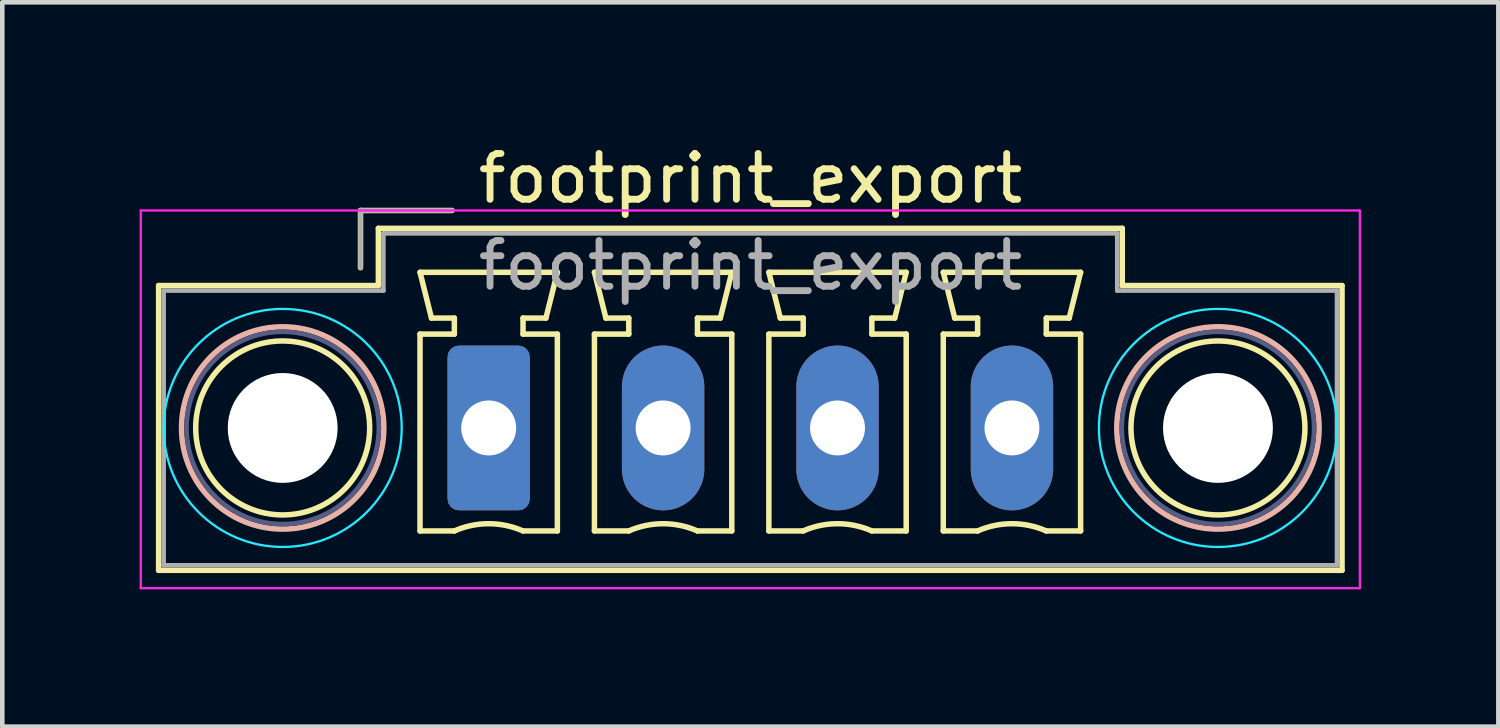
<source format=kicad_pcb>
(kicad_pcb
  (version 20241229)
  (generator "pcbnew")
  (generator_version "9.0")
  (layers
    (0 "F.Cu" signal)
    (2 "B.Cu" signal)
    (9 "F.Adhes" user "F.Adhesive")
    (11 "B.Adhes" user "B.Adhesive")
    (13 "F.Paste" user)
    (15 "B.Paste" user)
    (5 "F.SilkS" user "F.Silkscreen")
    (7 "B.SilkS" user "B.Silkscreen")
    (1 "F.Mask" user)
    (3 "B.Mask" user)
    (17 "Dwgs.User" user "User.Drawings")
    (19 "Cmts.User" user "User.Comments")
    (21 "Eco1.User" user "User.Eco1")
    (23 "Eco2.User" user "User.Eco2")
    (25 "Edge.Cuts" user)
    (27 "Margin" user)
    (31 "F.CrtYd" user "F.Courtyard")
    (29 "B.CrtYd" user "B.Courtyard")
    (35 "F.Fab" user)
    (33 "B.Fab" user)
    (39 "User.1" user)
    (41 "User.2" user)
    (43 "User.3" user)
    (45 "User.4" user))
  (footprint "footprint_export"
    (layer "F.Cu")
    (at 7.625 6.298)
    (property "Reference" "footprint_export" (at 5.72 -5.45 0) (layer "F.SilkS") (effects (font (size 1 1) (thickness 0.15))))
    (attr through_hole)
    (fp_line (start -7.21 -3.11) (end -7.21 3.11) (stroke (width 0.12) (type solid)) (layer "F.SilkS"))
    (fp_line (start -7.21 3.11) (end 18.64 3.11) (stroke (width 0.12) (type solid)) (layer "F.SilkS"))
    (fp_line (start -2.8 -4.75) (end -0.8 -4.75) (stroke (width 0.12) (type solid)) (layer "F.SilkS"))
    (fp_line (start -2.8 -3.5) (end -2.8 -4.75) (stroke (width 0.12) (type solid)) (layer "F.SilkS"))
    (fp_line (start -2.41 -4.36) (end -2.41 -3.11) (stroke (width 0.12) (type solid)) (layer "F.SilkS"))
    (fp_line (start -2.41 -3.11) (end -7.21 -3.11) (stroke (width 0.12) (type solid)) (layer "F.SilkS"))
    (fp_line (start -1.5 -3.4) (end 1.5 -3.4) (stroke (width 0.12) (type solid)) (layer "F.SilkS"))
    (fp_line (start -1.5 -2.05) (end -0.75 -2.05) (stroke (width 0.12) (type solid)) (layer "F.SilkS"))
    (fp_line (start -1.5 2.25) (end -1.5 -2.05) (stroke (width 0.12) (type solid)) (layer "F.SilkS"))
    (fp_line (start -1.25 -2.4) (end -1.5 -3.4) (stroke (width 0.12) (type solid)) (layer "F.SilkS"))
    (fp_line (start -0.75 -2.4) (end -1.25 -2.4) (stroke (width 0.12) (type solid)) (layer "F.SilkS"))
    (fp_line (start -0.75 -2.05) (end -0.75 -2.4) (stroke (width 0.12) (type solid)) (layer "F.SilkS"))
    (fp_line (start -0.75 2.25) (end -1.5 2.25) (stroke (width 0.12) (type solid)) (layer "F.SilkS"))
    (fp_line (start 0.75 -2.4) (end 0.75 -2.05) (stroke (width 0.12) (type solid)) (layer "F.SilkS"))
    (fp_line (start 0.75 -2.05) (end 1.5 -2.05) (stroke (width 0.12) (type solid)) (layer "F.SilkS"))
    (fp_line (start 1.25 -2.4) (end 0.75 -2.4) (stroke (width 0.12) (type solid)) (layer "F.SilkS"))
    (fp_line (start 1.5 -3.4) (end 1.25 -2.4) (stroke (width 0.12) (type solid)) (layer "F.SilkS"))
    (fp_line (start 1.5 -2.05) (end 1.5 2.25) (stroke (width 0.12) (type solid)) (layer "F.SilkS"))
    (fp_line (start 1.5 2.25) (end 0.75 2.25) (stroke (width 0.12) (type solid)) (layer "F.SilkS"))
    (fp_line (start 2.31 -3.4) (end 5.31 -3.4) (stroke (width 0.12) (type solid)) (layer "F.SilkS"))
    (fp_line (start 2.31 -2.05) (end 3.06 -2.05) (stroke (width 0.12) (type solid)) (layer "F.SilkS"))
    (fp_line (start 2.31 2.25) (end 2.31 -2.05) (stroke (width 0.12) (type solid)) (layer "F.SilkS"))
    (fp_line (start 2.56 -2.4) (end 2.31 -3.4) (stroke (width 0.12) (type solid)) (layer "F.SilkS"))
    (fp_line (start 3.06 -2.4) (end 2.56 -2.4) (stroke (width 0.12) (type solid)) (layer "F.SilkS"))
    (fp_line (start 3.06 -2.05) (end 3.06 -2.4) (stroke (width 0.12) (type solid)) (layer "F.SilkS"))
    (fp_line (start 3.06 2.25) (end 2.31 2.25) (stroke (width 0.12) (type solid)) (layer "F.SilkS"))
    (fp_line (start 4.56 -2.4) (end 4.56 -2.05) (stroke (width 0.12) (type solid)) (layer "F.SilkS"))
    (fp_line (start 4.56 -2.05) (end 5.31 -2.05) (stroke (width 0.12) (type solid)) (layer "F.SilkS"))
    (fp_line (start 5.06 -2.4) (end 4.56 -2.4) (stroke (width 0.12) (type solid)) (layer "F.SilkS"))
    (fp_line (start 5.31 -3.4) (end 5.06 -2.4) (stroke (width 0.12) (type solid)) (layer "F.SilkS"))
    (fp_line (start 5.31 -2.05) (end 5.31 2.25) (stroke (width 0.12) (type solid)) (layer "F.SilkS"))
    (fp_line (start 5.31 2.25) (end 4.56 2.25) (stroke (width 0.12) (type solid)) (layer "F.SilkS"))
    (fp_line (start 6.12 -3.4) (end 9.12 -3.4) (stroke (width 0.12) (type solid)) (layer "F.SilkS"))
    (fp_line (start 6.12 -2.05) (end 6.87 -2.05) (stroke (width 0.12) (type solid)) (layer "F.SilkS"))
    (fp_line (start 6.12 2.25) (end 6.12 -2.05) (stroke (width 0.12) (type solid)) (layer "F.SilkS"))
    (fp_line (start 6.37 -2.4) (end 6.12 -3.4) (stroke (width 0.12) (type solid)) (layer "F.SilkS"))
    (fp_line (start 6.87 -2.4) (end 6.37 -2.4) (stroke (width 0.12) (type solid)) (layer "F.SilkS"))
    (fp_line (start 6.87 -2.05) (end 6.87 -2.4) (stroke (width 0.12) (type solid)) (layer "F.SilkS"))
    (fp_line (start 6.87 2.25) (end 6.12 2.25) (stroke (width 0.12) (type solid)) (layer "F.SilkS"))
    (fp_line (start 8.37 -2.4) (end 8.37 -2.05) (stroke (width 0.12) (type solid)) (layer "F.SilkS"))
    (fp_line (start 8.37 -2.05) (end 9.12 -2.05) (stroke (width 0.12) (type solid)) (layer "F.SilkS"))
    (fp_line (start 8.87 -2.4) (end 8.37 -2.4) (stroke (width 0.12) (type solid)) (layer "F.SilkS"))
    (fp_line (start 9.12 -3.4) (end 8.87 -2.4) (stroke (width 0.12) (type solid)) (layer "F.SilkS"))
    (fp_line (start 9.12 -2.05) (end 9.12 2.25) (stroke (width 0.12) (type solid)) (layer "F.SilkS"))
    (fp_line (start 9.12 2.25) (end 8.37 2.25) (stroke (width 0.12) (type solid)) (layer "F.SilkS"))
    (fp_line (start 9.93 -3.4) (end 12.93 -3.4) (stroke (width 0.12) (type solid)) (layer "F.SilkS"))
    (fp_line (start 9.93 -2.05) (end 10.68 -2.05) (stroke (width 0.12) (type solid)) (layer "F.SilkS"))
    (fp_line (start 9.93 2.25) (end 9.93 -2.05) (stroke (width 0.12) (type solid)) (layer "F.SilkS"))
    (fp_line (start 10.18 -2.4) (end 9.93 -3.4) (stroke (width 0.12) (type solid)) (layer "F.SilkS"))
    (fp_line (start 10.68 -2.4) (end 10.18 -2.4) (stroke (width 0.12) (type solid)) (layer "F.SilkS"))
    (fp_line (start 10.68 -2.05) (end 10.68 -2.4) (stroke (width 0.12) (type solid)) (layer "F.SilkS"))
    (fp_line (start 10.68 2.25) (end 9.93 2.25) (stroke (width 0.12) (type solid)) (layer "F.SilkS"))
    (fp_line (start 12.18 -2.4) (end 12.18 -2.05) (stroke (width 0.12) (type solid)) (layer "F.SilkS"))
    (fp_line (start 12.18 -2.05) (end 12.93 -2.05) (stroke (width 0.12) (type solid)) (layer "F.SilkS"))
    (fp_line (start 12.68 -2.4) (end 12.18 -2.4) (stroke (width 0.12) (type solid)) (layer "F.SilkS"))
    (fp_line (start 12.93 -3.4) (end 12.68 -2.4) (stroke (width 0.12) (type solid)) (layer "F.SilkS"))
    (fp_line (start 12.93 -2.05) (end 12.93 2.25) (stroke (width 0.12) (type solid)) (layer "F.SilkS"))
    (fp_line (start 12.93 2.25) (end 12.18 2.25) (stroke (width 0.12) (type solid)) (layer "F.SilkS"))
    (fp_line (start 13.84 -4.36) (end -2.41 -4.36) (stroke (width 0.12) (type solid)) (layer "F.SilkS"))
    (fp_line (start 13.84 -3.11) (end 13.84 -4.36) (stroke (width 0.12) (type solid)) (layer "F.SilkS"))
    (fp_line (start 18.64 -3.11) (end 13.84 -3.11) (stroke (width 0.12) (type solid)) (layer "F.SilkS"))
    (fp_line (start 18.64 3.11) (end 18.64 -3.11) (stroke (width 0.12) (type solid)) (layer "F.SilkS"))
    (fp_arc (start -0.75 2.25) (mid -0.000193 2.09191) (end 0.749647 2.249844) (stroke (width 0.12) (type solid)) (layer "F.SilkS"))
    (fp_arc (start 3.06 2.25) (mid 3.809807 2.09191) (end 4.559647 2.249844) (stroke (width 0.12) (type solid)) (layer "F.SilkS"))
    (fp_arc (start 6.87 2.25) (mid 7.619807 2.09191) (end 8.369647 2.249844) (stroke (width 0.12) (type solid)) (layer "F.SilkS"))
    (fp_arc (start 10.68 2.25) (mid 11.429807 2.09191) (end 12.179647 2.249844) (stroke (width 0.12) (type solid)) (layer "F.SilkS"))
    (fp_circle (center -4.5 0) (end -2.6 0) (stroke (width 0.12) (type solid)) (fill no) (layer "F.SilkS"))
    (fp_circle (center 15.93 0) (end 17.83 0) (stroke (width 0.12) (type solid)) (fill no) (layer "F.SilkS"))
    (fp_circle (center -4.5 0) (end -2.29 0) (stroke (width 0.12) (type solid)) (fill no) (layer "B.SilkS"))
    (fp_circle (center 15.93 0) (end 18.14 0) (stroke (width 0.12) (type solid)) (fill no) (layer "B.SilkS"))
    (fp_circle (center -4.5 0) (end -1.9 0) (stroke (width 0.05) (type solid)) (fill no) (layer "B.CrtYd"))
    (fp_circle (center 15.93 0) (end 18.53 0) (stroke (width 0.05) (type solid)) (fill no) (layer "B.CrtYd"))
    (fp_line (start -7.6 -4.75) (end -7.6 3.5) (stroke (width 0.05) (type solid)) (layer "F.CrtYd"))
    (fp_line (start -7.6 3.5) (end 19.03 3.5) (stroke (width 0.05) (type solid)) (layer "F.CrtYd"))
    (fp_line (start 19.03 -4.75) (end -7.6 -4.75) (stroke (width 0.05) (type solid)) (layer "F.CrtYd"))
    (fp_line (start 19.03 3.5) (end 19.03 -4.75) (stroke (width 0.05) (type solid)) (layer "F.CrtYd"))
    (fp_circle (center -4.5 0) (end -2.4 0) (stroke (width 0.1) (type solid)) (fill no) (layer "B.Fab"))
    (fp_circle (center 15.93 0) (end 18.03 0) (stroke (width 0.1) (type solid)) (fill no) (layer "B.Fab"))
    (fp_line (start -7.1 -3) (end -7.1 3) (stroke (width 0.1) (type solid)) (layer "F.Fab"))
    (fp_line (start -7.1 3) (end 18.53 3) (stroke (width 0.1) (type solid)) (layer "F.Fab"))
    (fp_line (start -2.8 -4.75) (end -0.8 -4.75) (stroke (width 0.1) (type solid)) (layer "F.Fab"))
    (fp_line (start -2.8 -3.5) (end -2.8 -4.75) (stroke (width 0.1) (type solid)) (layer "F.Fab"))
    (fp_line (start -2.3 -4.25) (end -2.3 -3) (stroke (width 0.1) (type solid)) (layer "F.Fab"))
    (fp_line (start -2.3 -3) (end -7.1 -3) (stroke (width 0.1) (type solid)) (layer "F.Fab"))
    (fp_line (start 13.73 -4.25) (end -2.3 -4.25) (stroke (width 0.1) (type solid)) (layer "F.Fab"))
    (fp_line (start 13.73 -3) (end 13.73 -4.25) (stroke (width 0.1) (type solid)) (layer "F.Fab"))
    (fp_line (start 18.53 -3) (end 13.73 -3) (stroke (width 0.1) (type solid)) (layer "F.Fab"))
    (fp_line (start 18.53 3) (end 18.53 -3) (stroke (width 0.1) (type solid)) (layer "F.Fab"))
    (fp_text user "${REFERENCE}" (at 5.72 -3.55 0) (layer "F.Fab") (effects (font (size 1 1) (thickness 0.15))))
    (pad "" np_thru_hole circle (at -4.5 0) (size 2.4 2.4) (drill 2.4) (layers "*.Cu" "*.Mask"))
    (pad "" np_thru_hole circle (at 15.93 0) (size 2.4 2.4) (drill 2.4) (layers "*.Cu" "*.Mask"))
    (pad "1" thru_hole roundrect (at 0 0) (size 1.8 3.6) (drill 1.2) (layers "*.Cu" "*.Mask") (roundrect_rratio 0.139))
    (pad "2" thru_hole oval (at 3.81 0) (size 1.8 3.6) (drill 1.2) (layers "*.Cu" "*.Mask"))
    (pad "3" thru_hole oval (at 7.62 0) (size 1.8 3.6) (drill 1.2) (layers "*.Cu" "*.Mask"))
    (pad "4" thru_hole oval (at 11.43 0) (size 1.8 3.6) (drill 1.2) (layers "*.Cu" "*.Mask")))
  (gr_rect
    (start -3 -3)
    (end 29.68 12.823)
    (stroke (width 0.1) (type default))
    (fill no)
    (layer "Edge.Cuts")))
</source>
